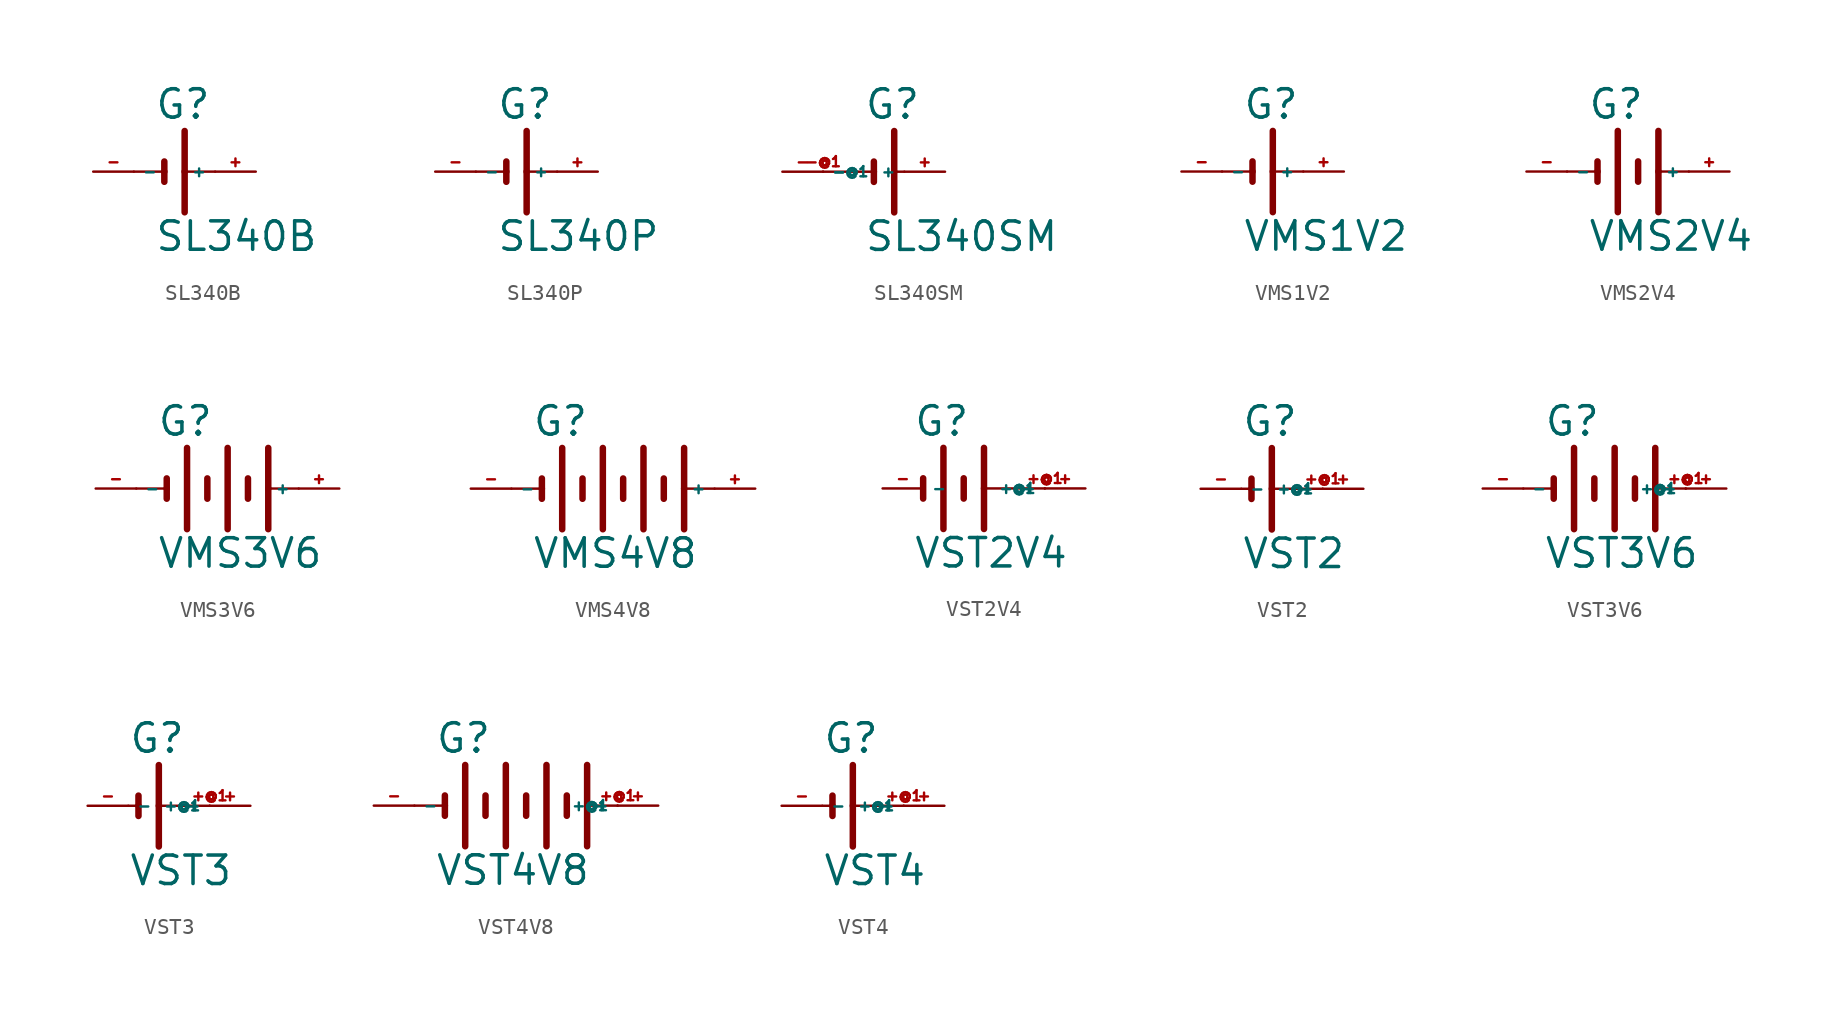
<source format=kicad_sym>
(kicad_symbol_lib
  (version 20220914)
  (generator Eagle2Kicad)
  (symbol "SL340B"
    (property "Reference" "G"
      (at -1.27 3.175 0)
      (effects (font (size 1.778 1.778) (thickness 0.22)) (justify left bottom)))
    (property "Value" "SL340B"
      (at -1.27 -5.08 0)
      (effects (font (size 1.778 1.778) (thickness 0.22)) (justify left bottom)))
    (polyline
      (pts (xy -0.635 0.635) (xy -0.635 0))
      (stroke (width 0.406) (type default))
      (fill (type none)))
    (polyline
      (pts (xy -2.54 0) (xy -0.635 0))
      (stroke (width 0.152) (type default))
      (fill (type none)))
    (polyline
      (pts (xy -0.635 0) (xy -0.635 -0.635))
      (stroke (width 0.406) (type default))
      (fill (type none)))
    (polyline
      (pts (xy 0.635 2.54) (xy 0.635 0))
      (stroke (width 0.406) (type default))
      (fill (type none)))
    (polyline
      (pts (xy 0.635 0) (xy 2.54 0))
      (stroke (width 0.152) (type default))
      (fill (type none)))
    (polyline
      (pts (xy 0.635 0) (xy 0.635 -2.54))
      (stroke (width 0.406) (type default))
      (fill (type none)))
    (pin passive line
      (at 5.08 0 180)
      (length 2.54)
      (name "+" (effects (font (size 0.635 0.635) (thickness 0.08)) (justify left bottom)))
      (number "+" (effects (font (size 0.635 0.635) (thickness 0.08)) (justify left bottom))))
    (pin passive line
      (at -5.08 0 0)
      (length 2.54)
      (name "-" (effects (font (size 0.635 0.635) (thickness 0.08)) (justify left bottom)))
      (number "-" (effects (font (size 0.635 0.635) (thickness 0.08)) (justify left bottom)))))
  (symbol "SL340P"
    (property "Reference" "G"
      (at -1.27 3.175 0)
      (effects (font (size 1.778 1.778) (thickness 0.22)) (justify left bottom)))
    (property "Value" "SL340P"
      (at -1.27 -5.08 0)
      (effects (font (size 1.778 1.778) (thickness 0.22)) (justify left bottom)))
    (polyline
      (pts (xy -0.635 0.635) (xy -0.635 0))
      (stroke (width 0.406) (type default))
      (fill (type none)))
    (polyline
      (pts (xy -2.54 0) (xy -0.635 0))
      (stroke (width 0.152) (type default))
      (fill (type none)))
    (polyline
      (pts (xy -0.635 0) (xy -0.635 -0.635))
      (stroke (width 0.406) (type default))
      (fill (type none)))
    (polyline
      (pts (xy 0.635 2.54) (xy 0.635 0))
      (stroke (width 0.406) (type default))
      (fill (type none)))
    (polyline
      (pts (xy 0.635 0) (xy 2.54 0))
      (stroke (width 0.152) (type default))
      (fill (type none)))
    (polyline
      (pts (xy 0.635 0) (xy 0.635 -2.54))
      (stroke (width 0.406) (type default))
      (fill (type none)))
    (pin passive line
      (at 5.08 0 180)
      (length 2.54)
      (name "+" (effects (font (size 0.635 0.635) (thickness 0.08)) (justify left bottom)))
      (number "+" (effects (font (size 0.635 0.635) (thickness 0.08)) (justify left bottom))))
    (pin passive line
      (at -5.08 0 0)
      (length 2.54)
      (name "-" (effects (font (size 0.635 0.635) (thickness 0.08)) (justify left bottom)))
      (number "-" (effects (font (size 0.635 0.635) (thickness 0.08)) (justify left bottom)))))
  (symbol "SL340SM"
    (property "Reference" "G"
      (at 0 3.175 0)
      (effects (font (size 1.778 1.778) (thickness 0.22)) (justify left bottom)))
    (property "Value" "SL340SM"
      (at 0 -5.08 0)
      (effects (font (size 1.778 1.778) (thickness 0.22)) (justify left bottom)))
    (polyline
      (pts (xy 0.635 0.635) (xy 0.635 0))
      (stroke (width 0.406) (type default))
      (fill (type none)))
    (polyline
      (pts (xy -2.54 0) (xy 0.635 0))
      (stroke (width 0.152) (type default))
      (fill (type none)))
    (polyline
      (pts (xy 0.635 0) (xy 0.635 -0.635))
      (stroke (width 0.406) (type default))
      (fill (type none)))
    (polyline
      (pts (xy 1.905 2.54) (xy 1.905 0))
      (stroke (width 0.406) (type default))
      (fill (type none)))
    (polyline
      (pts (xy 1.905 0) (xy 2.54 0))
      (stroke (width 0.152) (type default))
      (fill (type none)))
    (polyline
      (pts (xy 1.905 0) (xy 1.905 -2.54))
      (stroke (width 0.406) (type default))
      (fill (type none)))
    (pin passive line
      (at 5.08 0 180)
      (length 2.54)
      (name "+" (effects (font (size 0.635 0.635) (thickness 0.08)) (justify left bottom)))
      (number "+" (effects (font (size 0.635 0.635) (thickness 0.08)) (justify left bottom))))
    (pin passive line
      (at -5.08 0 0)
      (length 2.54)
      (name "-" (effects (font (size 0.635 0.635) (thickness 0.08)) (justify left bottom)))
      (number "-" (effects (font (size 0.635 0.635) (thickness 0.08)) (justify left bottom))))
    (pin passive line
      (at -2.54 0 0)
      (length 0)
      (name "-@1" (effects (font (size 0.635 0.635) (thickness 0.08)) (justify left bottom)))
      (number "-@1" (effects (font (size 0.635 0.635) (thickness 0.08)) (justify left bottom)))))
  (symbol "VMS1V2"
    (property "Reference" "G"
      (at -1.27 3.175 0)
      (effects (font (size 1.778 1.778) (thickness 0.22)) (justify left bottom)))
    (property "Value" "VMS1V2"
      (at -1.27 -5.08 0)
      (effects (font (size 1.778 1.778) (thickness 0.22)) (justify left bottom)))
    (polyline
      (pts (xy -0.635 0.635) (xy -0.635 0))
      (stroke (width 0.406) (type default))
      (fill (type none)))
    (polyline
      (pts (xy -2.54 0) (xy -0.635 0))
      (stroke (width 0.152) (type default))
      (fill (type none)))
    (polyline
      (pts (xy -0.635 0) (xy -0.635 -0.635))
      (stroke (width 0.406) (type default))
      (fill (type none)))
    (polyline
      (pts (xy 0.635 2.54) (xy 0.635 0))
      (stroke (width 0.406) (type default))
      (fill (type none)))
    (polyline
      (pts (xy 0.635 0) (xy 2.54 0))
      (stroke (width 0.152) (type default))
      (fill (type none)))
    (polyline
      (pts (xy 0.635 0) (xy 0.635 -2.54))
      (stroke (width 0.406) (type default))
      (fill (type none)))
    (pin passive line
      (at 5.08 0 180)
      (length 2.54)
      (name "+" (effects (font (size 0.635 0.635) (thickness 0.08)) (justify left bottom)))
      (number "+" (effects (font (size 0.635 0.635) (thickness 0.08)) (justify left bottom))))
    (pin passive line
      (at -5.08 0 0)
      (length 2.54)
      (name "-" (effects (font (size 0.635 0.635) (thickness 0.08)) (justify left bottom)))
      (number "-" (effects (font (size 0.635 0.635) (thickness 0.08)) (justify left bottom)))))
  (symbol "VMS2V4"
    (property "Reference" "G"
      (at -1.27 3.175 0)
      (effects (font (size 1.778 1.778) (thickness 0.22)) (justify left bottom)))
    (property "Value" "VMS2V4"
      (at -1.27 -5.08 0)
      (effects (font (size 1.778 1.778) (thickness 0.22)) (justify left bottom)))
    (polyline
      (pts (xy -0.635 0.635) (xy -0.635 0))
      (stroke (width 0.406) (type default))
      (fill (type none)))
    (polyline
      (pts (xy -2.54 0) (xy -0.635 0))
      (stroke (width 0.152) (type default))
      (fill (type none)))
    (polyline
      (pts (xy -0.635 0) (xy -0.635 -0.635))
      (stroke (width 0.406) (type default))
      (fill (type none)))
    (polyline
      (pts (xy 0.635 2.54) (xy 0.635 -2.54))
      (stroke (width 0.406) (type default))
      (fill (type none)))
    (polyline
      (pts (xy 1.905 0.635) (xy 1.905 -0.635))
      (stroke (width 0.406) (type default))
      (fill (type none)))
    (polyline
      (pts (xy 3.175 2.54) (xy 3.175 0))
      (stroke (width 0.406) (type default))
      (fill (type none)))
    (polyline
      (pts (xy 3.175 0) (xy 5.08 0))
      (stroke (width 0.152) (type default))
      (fill (type none)))
    (polyline
      (pts (xy 3.175 0) (xy 3.175 -2.54))
      (stroke (width 0.406) (type default))
      (fill (type none)))
    (pin passive line
      (at 7.62 0 180)
      (length 2.54)
      (name "+" (effects (font (size 0.635 0.635) (thickness 0.08)) (justify left bottom)))
      (number "+" (effects (font (size 0.635 0.635) (thickness 0.08)) (justify left bottom))))
    (pin passive line
      (at -5.08 0 0)
      (length 2.54)
      (name "-" (effects (font (size 0.635 0.635) (thickness 0.08)) (justify left bottom)))
      (number "-" (effects (font (size 0.635 0.635) (thickness 0.08)) (justify left bottom)))))
  (symbol "VMS3V6"
    (property "Reference" "G"
      (at -3.81 3.175 0)
      (effects (font (size 1.778 1.778) (thickness 0.22)) (justify left bottom)))
    (property "Value" "VMS3V6"
      (at -3.81 -5.08 0)
      (effects (font (size 1.778 1.778) (thickness 0.22)) (justify left bottom)))
    (polyline
      (pts (xy -3.175 0.635) (xy -3.175 0))
      (stroke (width 0.406) (type default))
      (fill (type none)))
    (polyline
      (pts (xy -5.08 0) (xy -3.175 0))
      (stroke (width 0.152) (type default))
      (fill (type none)))
    (polyline
      (pts (xy -3.175 0) (xy -3.175 -0.635))
      (stroke (width 0.406) (type default))
      (fill (type none)))
    (polyline
      (pts (xy -1.905 2.54) (xy -1.905 -2.54))
      (stroke (width 0.406) (type default))
      (fill (type none)))
    (polyline
      (pts (xy 1.905 0.635) (xy 1.905 -0.635))
      (stroke (width 0.406) (type default))
      (fill (type none)))
    (polyline
      (pts (xy 3.175 2.54) (xy 3.175 0))
      (stroke (width 0.406) (type default))
      (fill (type none)))
    (polyline
      (pts (xy 3.175 0) (xy 5.08 0))
      (stroke (width 0.152) (type default))
      (fill (type none)))
    (polyline
      (pts (xy 3.175 0) (xy 3.175 -2.54))
      (stroke (width 0.406) (type default))
      (fill (type none)))
    (polyline
      (pts (xy 0.635 2.54) (xy 0.635 -2.54))
      (stroke (width 0.406) (type default))
      (fill (type none)))
    (polyline
      (pts (xy -0.635 0.635) (xy -0.635 -0.635))
      (stroke (width 0.406) (type default))
      (fill (type none)))
    (pin passive line
      (at 7.62 0 180)
      (length 2.54)
      (name "+" (effects (font (size 0.635 0.635) (thickness 0.08)) (justify left bottom)))
      (number "+" (effects (font (size 0.635 0.635) (thickness 0.08)) (justify left bottom))))
    (pin passive line
      (at -7.62 0 0)
      (length 2.54)
      (name "-" (effects (font (size 0.635 0.635) (thickness 0.08)) (justify left bottom)))
      (number "-" (effects (font (size 0.635 0.635) (thickness 0.08)) (justify left bottom)))))
  (symbol "VMS4V8"
    (property "Reference" "G"
      (at -6.35 3.175 0)
      (effects (font (size 1.778 1.778) (thickness 0.22)) (justify left bottom)))
    (property "Value" "VMS4V8"
      (at -6.35 -5.08 0)
      (effects (font (size 1.778 1.778) (thickness 0.22)) (justify left bottom)))
    (polyline
      (pts (xy -5.715 0.635) (xy -5.715 0))
      (stroke (width 0.406) (type default))
      (fill (type none)))
    (polyline
      (pts (xy -7.62 0) (xy -5.715 0))
      (stroke (width 0.152) (type default))
      (fill (type none)))
    (polyline
      (pts (xy -5.715 0) (xy -5.715 -0.635))
      (stroke (width 0.406) (type default))
      (fill (type none)))
    (polyline
      (pts (xy -4.445 2.54) (xy -4.445 -2.54))
      (stroke (width 0.406) (type default))
      (fill (type none)))
    (polyline
      (pts (xy -3.175 0.635) (xy -3.175 -0.635))
      (stroke (width 0.406) (type default))
      (fill (type none)))
    (polyline
      (pts (xy 3.175 2.54) (xy 3.175 0))
      (stroke (width 0.406) (type default))
      (fill (type none)))
    (polyline
      (pts (xy 3.175 0) (xy 5.08 0))
      (stroke (width 0.152) (type default))
      (fill (type none)))
    (polyline
      (pts (xy 3.175 0) (xy 3.175 -2.54))
      (stroke (width 0.406) (type default))
      (fill (type none)))
    (polyline
      (pts (xy -1.905 2.54) (xy -1.905 -2.54))
      (stroke (width 0.406) (type default))
      (fill (type none)))
    (polyline
      (pts (xy -0.635 0.635) (xy -0.635 -0.635))
      (stroke (width 0.406) (type default))
      (fill (type none)))
    (polyline
      (pts (xy 0.635 2.54) (xy 0.635 -2.54))
      (stroke (width 0.406) (type default))
      (fill (type none)))
    (polyline
      (pts (xy 1.905 0.635) (xy 1.905 -0.635))
      (stroke (width 0.406) (type default))
      (fill (type none)))
    (pin passive line
      (at 7.62 0 180)
      (length 2.54)
      (name "+" (effects (font (size 0.635 0.635) (thickness 0.08)) (justify left bottom)))
      (number "+" (effects (font (size 0.635 0.635) (thickness 0.08)) (justify left bottom))))
    (pin passive line
      (at -10.16 0 0)
      (length 2.54)
      (name "-" (effects (font (size 0.635 0.635) (thickness 0.08)) (justify left bottom)))
      (number "-" (effects (font (size 0.635 0.635) (thickness 0.08)) (justify left bottom)))))
  (symbol "VST2V4"
    (property "Reference" "G"
      (at -3.175 3.175 0)
      (effects (font (size 1.778 1.778) (thickness 0.22)) (justify left bottom)))
    (property "Value" "VST2V4"
      (at -3.175 -5.08 0)
      (effects (font (size 1.778 1.778) (thickness 0.22)) (justify left bottom)))
    (polyline
      (pts (xy -2.54 0.635) (xy -2.54 -0.635))
      (stroke (width 0.406) (type default))
      (fill (type none)))
    (polyline
      (pts (xy -1.27 2.54) (xy -1.27 -2.54))
      (stroke (width 0.406) (type default))
      (fill (type none)))
    (polyline
      (pts (xy 0 0.635) (xy 0 -0.635))
      (stroke (width 0.406) (type default))
      (fill (type none)))
    (polyline
      (pts (xy 1.27 2.54) (xy 1.27 0))
      (stroke (width 0.406) (type default))
      (fill (type none)))
    (polyline
      (pts (xy 1.27 0) (xy 5.08 0))
      (stroke (width 0.152) (type default))
      (fill (type none)))
    (polyline
      (pts (xy 1.27 0) (xy 1.27 -2.54))
      (stroke (width 0.406) (type default))
      (fill (type none)))
    (pin passive line
      (at 7.62 0 180)
      (length 2.54)
      (name "+" (effects (font (size 0.635 0.635) (thickness 0.08)) (justify left bottom)))
      (number "+" (effects (font (size 0.635 0.635) (thickness 0.08)) (justify left bottom))))
    (pin passive line
      (at -5.08 0 0)
      (length 2.54)
      (name "-" (effects (font (size 0.635 0.635) (thickness 0.08)) (justify left bottom)))
      (number "-" (effects (font (size 0.635 0.635) (thickness 0.08)) (justify left bottom))))
    (pin passive line
      (at 5.08 0 180)
      (length 0)
      (name "+@1" (effects (font (size 0.635 0.635) (thickness 0.08)) (justify left bottom)))
      (number "+@1" (effects (font (size 0.635 0.635) (thickness 0.08)) (justify left bottom)))))
  (symbol "VST2"
    (property "Reference" "G"
      (at -2.54 3.175 0)
      (effects (font (size 1.778 1.778) (thickness 0.22)) (justify left bottom)))
    (property "Value" "VST2"
      (at -2.54 -5.08 0)
      (effects (font (size 1.778 1.778) (thickness 0.22)) (justify left bottom)))
    (polyline
      (pts (xy -1.905 0.635) (xy -1.905 0))
      (stroke (width 0.406) (type default))
      (fill (type none)))
    (polyline
      (pts (xy -2.54 0) (xy -1.905 0))
      (stroke (width 0.152) (type default))
      (fill (type none)))
    (polyline
      (pts (xy -1.905 0) (xy -1.905 -0.635))
      (stroke (width 0.406) (type default))
      (fill (type none)))
    (polyline
      (pts (xy -0.635 2.54) (xy -0.635 0))
      (stroke (width 0.406) (type default))
      (fill (type none)))
    (polyline
      (pts (xy -0.635 0) (xy 2.54 0))
      (stroke (width 0.152) (type default))
      (fill (type none)))
    (polyline
      (pts (xy -0.635 0) (xy -0.635 -2.54))
      (stroke (width 0.406) (type default))
      (fill (type none)))
    (pin passive line
      (at 5.08 0 180)
      (length 2.54)
      (name "+" (effects (font (size 0.635 0.635) (thickness 0.08)) (justify left bottom)))
      (number "+" (effects (font (size 0.635 0.635) (thickness 0.08)) (justify left bottom))))
    (pin passive line
      (at -5.08 0 0)
      (length 2.54)
      (name "-" (effects (font (size 0.635 0.635) (thickness 0.08)) (justify left bottom)))
      (number "-" (effects (font (size 0.635 0.635) (thickness 0.08)) (justify left bottom))))
    (pin passive line
      (at 2.54 0 180)
      (length 0)
      (name "+@1" (effects (font (size 0.635 0.635) (thickness 0.08)) (justify left bottom)))
      (number "+@1" (effects (font (size 0.635 0.635) (thickness 0.08)) (justify left bottom)))))
  (symbol "VST3V6"
    (property "Reference" "G"
      (at -3.81 3.175 0)
      (effects (font (size 1.778 1.778) (thickness 0.22)) (justify left bottom)))
    (property "Value" "VST3V6"
      (at -3.81 -5.08 0)
      (effects (font (size 1.778 1.778) (thickness 0.22)) (justify left bottom)))
    (polyline
      (pts (xy -3.175 0.635) (xy -3.175 0))
      (stroke (width 0.406) (type default))
      (fill (type none)))
    (polyline
      (pts (xy -5.08 0) (xy -3.175 0))
      (stroke (width 0.152) (type default))
      (fill (type none)))
    (polyline
      (pts (xy -3.175 0) (xy -3.175 -0.635))
      (stroke (width 0.406) (type default))
      (fill (type none)))
    (polyline
      (pts (xy -1.905 2.54) (xy -1.905 -2.54))
      (stroke (width 0.406) (type default))
      (fill (type none)))
    (polyline
      (pts (xy 1.905 0.635) (xy 1.905 -0.635))
      (stroke (width 0.406) (type default))
      (fill (type none)))
    (polyline
      (pts (xy 3.175 2.54) (xy 3.175 0))
      (stroke (width 0.406) (type default))
      (fill (type none)))
    (polyline
      (pts (xy 3.175 0) (xy 5.08 0))
      (stroke (width 0.152) (type default))
      (fill (type none)))
    (polyline
      (pts (xy 3.175 0) (xy 3.175 -2.54))
      (stroke (width 0.406) (type default))
      (fill (type none)))
    (polyline
      (pts (xy 0.635 2.54) (xy 0.635 -2.54))
      (stroke (width 0.406) (type default))
      (fill (type none)))
    (polyline
      (pts (xy -0.635 0.635) (xy -0.635 -0.635))
      (stroke (width 0.406) (type default))
      (fill (type none)))
    (pin passive line
      (at 7.62 0 180)
      (length 2.54)
      (name "+" (effects (font (size 0.635 0.635) (thickness 0.08)) (justify left bottom)))
      (number "+" (effects (font (size 0.635 0.635) (thickness 0.08)) (justify left bottom))))
    (pin passive line
      (at -7.62 0 0)
      (length 2.54)
      (name "-" (effects (font (size 0.635 0.635) (thickness 0.08)) (justify left bottom)))
      (number "-" (effects (font (size 0.635 0.635) (thickness 0.08)) (justify left bottom))))
    (pin passive line
      (at 5.08 0 180)
      (length 0)
      (name "+@1" (effects (font (size 0.635 0.635) (thickness 0.08)) (justify left bottom)))
      (number "+@1" (effects (font (size 0.635 0.635) (thickness 0.08)) (justify left bottom)))))
  (symbol "VST3"
    (property "Reference" "G"
      (at -2.54 3.175 0)
      (effects (font (size 1.778 1.778) (thickness 0.22)) (justify left bottom)))
    (property "Value" "VST3"
      (at -2.54 -5.08 0)
      (effects (font (size 1.778 1.778) (thickness 0.22)) (justify left bottom)))
    (polyline
      (pts (xy -1.905 0.635) (xy -1.905 0))
      (stroke (width 0.406) (type default))
      (fill (type none)))
    (polyline
      (pts (xy -2.54 0) (xy -1.905 0))
      (stroke (width 0.152) (type default))
      (fill (type none)))
    (polyline
      (pts (xy -1.905 0) (xy -1.905 -0.635))
      (stroke (width 0.406) (type default))
      (fill (type none)))
    (polyline
      (pts (xy -0.635 2.54) (xy -0.635 0))
      (stroke (width 0.406) (type default))
      (fill (type none)))
    (polyline
      (pts (xy -0.635 0) (xy 2.54 0))
      (stroke (width 0.152) (type default))
      (fill (type none)))
    (polyline
      (pts (xy -0.635 0) (xy -0.635 -2.54))
      (stroke (width 0.406) (type default))
      (fill (type none)))
    (pin passive line
      (at 5.08 0 180)
      (length 2.54)
      (name "+" (effects (font (size 0.635 0.635) (thickness 0.08)) (justify left bottom)))
      (number "+" (effects (font (size 0.635 0.635) (thickness 0.08)) (justify left bottom))))
    (pin passive line
      (at -5.08 0 0)
      (length 2.54)
      (name "-" (effects (font (size 0.635 0.635) (thickness 0.08)) (justify left bottom)))
      (number "-" (effects (font (size 0.635 0.635) (thickness 0.08)) (justify left bottom))))
    (pin passive line
      (at 2.54 0 180)
      (length 0)
      (name "+@1" (effects (font (size 0.635 0.635) (thickness 0.08)) (justify left bottom)))
      (number "+@1" (effects (font (size 0.635 0.635) (thickness 0.08)) (justify left bottom)))))
  (symbol "VST4V8"
    (property "Reference" "G"
      (at -6.35 3.175 0)
      (effects (font (size 1.778 1.778) (thickness 0.22)) (justify left bottom)))
    (property "Value" "VST4V8"
      (at -6.35 -5.08 0)
      (effects (font (size 1.778 1.778) (thickness 0.22)) (justify left bottom)))
    (polyline
      (pts (xy -5.715 0.635) (xy -5.715 0))
      (stroke (width 0.406) (type default))
      (fill (type none)))
    (polyline
      (pts (xy -7.62 0) (xy -5.715 0))
      (stroke (width 0.152) (type default))
      (fill (type none)))
    (polyline
      (pts (xy -5.715 0) (xy -5.715 -0.635))
      (stroke (width 0.406) (type default))
      (fill (type none)))
    (polyline
      (pts (xy -4.445 2.54) (xy -4.445 -2.54))
      (stroke (width 0.406) (type default))
      (fill (type none)))
    (polyline
      (pts (xy -3.175 0.635) (xy -3.175 -0.635))
      (stroke (width 0.406) (type default))
      (fill (type none)))
    (polyline
      (pts (xy 3.175 2.54) (xy 3.175 0))
      (stroke (width 0.406) (type default))
      (fill (type none)))
    (polyline
      (pts (xy 3.175 0) (xy 5.08 0))
      (stroke (width 0.152) (type default))
      (fill (type none)))
    (polyline
      (pts (xy 3.175 0) (xy 3.175 -2.54))
      (stroke (width 0.406) (type default))
      (fill (type none)))
    (polyline
      (pts (xy -1.905 2.54) (xy -1.905 -2.54))
      (stroke (width 0.406) (type default))
      (fill (type none)))
    (polyline
      (pts (xy -0.635 0.635) (xy -0.635 -0.635))
      (stroke (width 0.406) (type default))
      (fill (type none)))
    (polyline
      (pts (xy 0.635 2.54) (xy 0.635 -2.54))
      (stroke (width 0.406) (type default))
      (fill (type none)))
    (polyline
      (pts (xy 1.905 0.635) (xy 1.905 -0.635))
      (stroke (width 0.406) (type default))
      (fill (type none)))
    (pin passive line
      (at 7.62 0 180)
      (length 2.54)
      (name "+" (effects (font (size 0.635 0.635) (thickness 0.08)) (justify left bottom)))
      (number "+" (effects (font (size 0.635 0.635) (thickness 0.08)) (justify left bottom))))
    (pin passive line
      (at -10.16 0 0)
      (length 2.54)
      (name "-" (effects (font (size 0.635 0.635) (thickness 0.08)) (justify left bottom)))
      (number "-" (effects (font (size 0.635 0.635) (thickness 0.08)) (justify left bottom))))
    (pin passive line
      (at 5.08 0 180)
      (length 0)
      (name "+@1" (effects (font (size 0.635 0.635) (thickness 0.08)) (justify left bottom)))
      (number "+@1" (effects (font (size 0.635 0.635) (thickness 0.08)) (justify left bottom)))))
  (symbol "VST4"
    (property "Reference" "G"
      (at -2.54 3.175 0)
      (effects (font (size 1.778 1.778) (thickness 0.22)) (justify left bottom)))
    (property "Value" "VST4"
      (at -2.54 -5.08 0)
      (effects (font (size 1.778 1.778) (thickness 0.22)) (justify left bottom)))
    (polyline
      (pts (xy -1.905 0.635) (xy -1.905 0))
      (stroke (width 0.406) (type default))
      (fill (type none)))
    (polyline
      (pts (xy -2.54 0) (xy -1.905 0))
      (stroke (width 0.152) (type default))
      (fill (type none)))
    (polyline
      (pts (xy -1.905 0) (xy -1.905 -0.635))
      (stroke (width 0.406) (type default))
      (fill (type none)))
    (polyline
      (pts (xy -0.635 2.54) (xy -0.635 0))
      (stroke (width 0.406) (type default))
      (fill (type none)))
    (polyline
      (pts (xy -0.635 0) (xy 2.54 0))
      (stroke (width 0.152) (type default))
      (fill (type none)))
    (polyline
      (pts (xy -0.635 0) (xy -0.635 -2.54))
      (stroke (width 0.406) (type default))
      (fill (type none)))
    (pin passive line
      (at 5.08 0 180)
      (length 2.54)
      (name "+" (effects (font (size 0.635 0.635) (thickness 0.08)) (justify left bottom)))
      (number "+" (effects (font (size 0.635 0.635) (thickness 0.08)) (justify left bottom))))
    (pin passive line
      (at -5.08 0 0)
      (length 2.54)
      (name "-" (effects (font (size 0.635 0.635) (thickness 0.08)) (justify left bottom)))
      (number "-" (effects (font (size 0.635 0.635) (thickness 0.08)) (justify left bottom))))
    (pin passive line
      (at 2.54 0 180)
      (length 0)
      (name "+@1" (effects (font (size 0.635 0.635) (thickness 0.08)) (justify left bottom)))
      (number "+@1" (effects (font (size 0.635 0.635) (thickness 0.08)) (justify left bottom))))))
</source>
